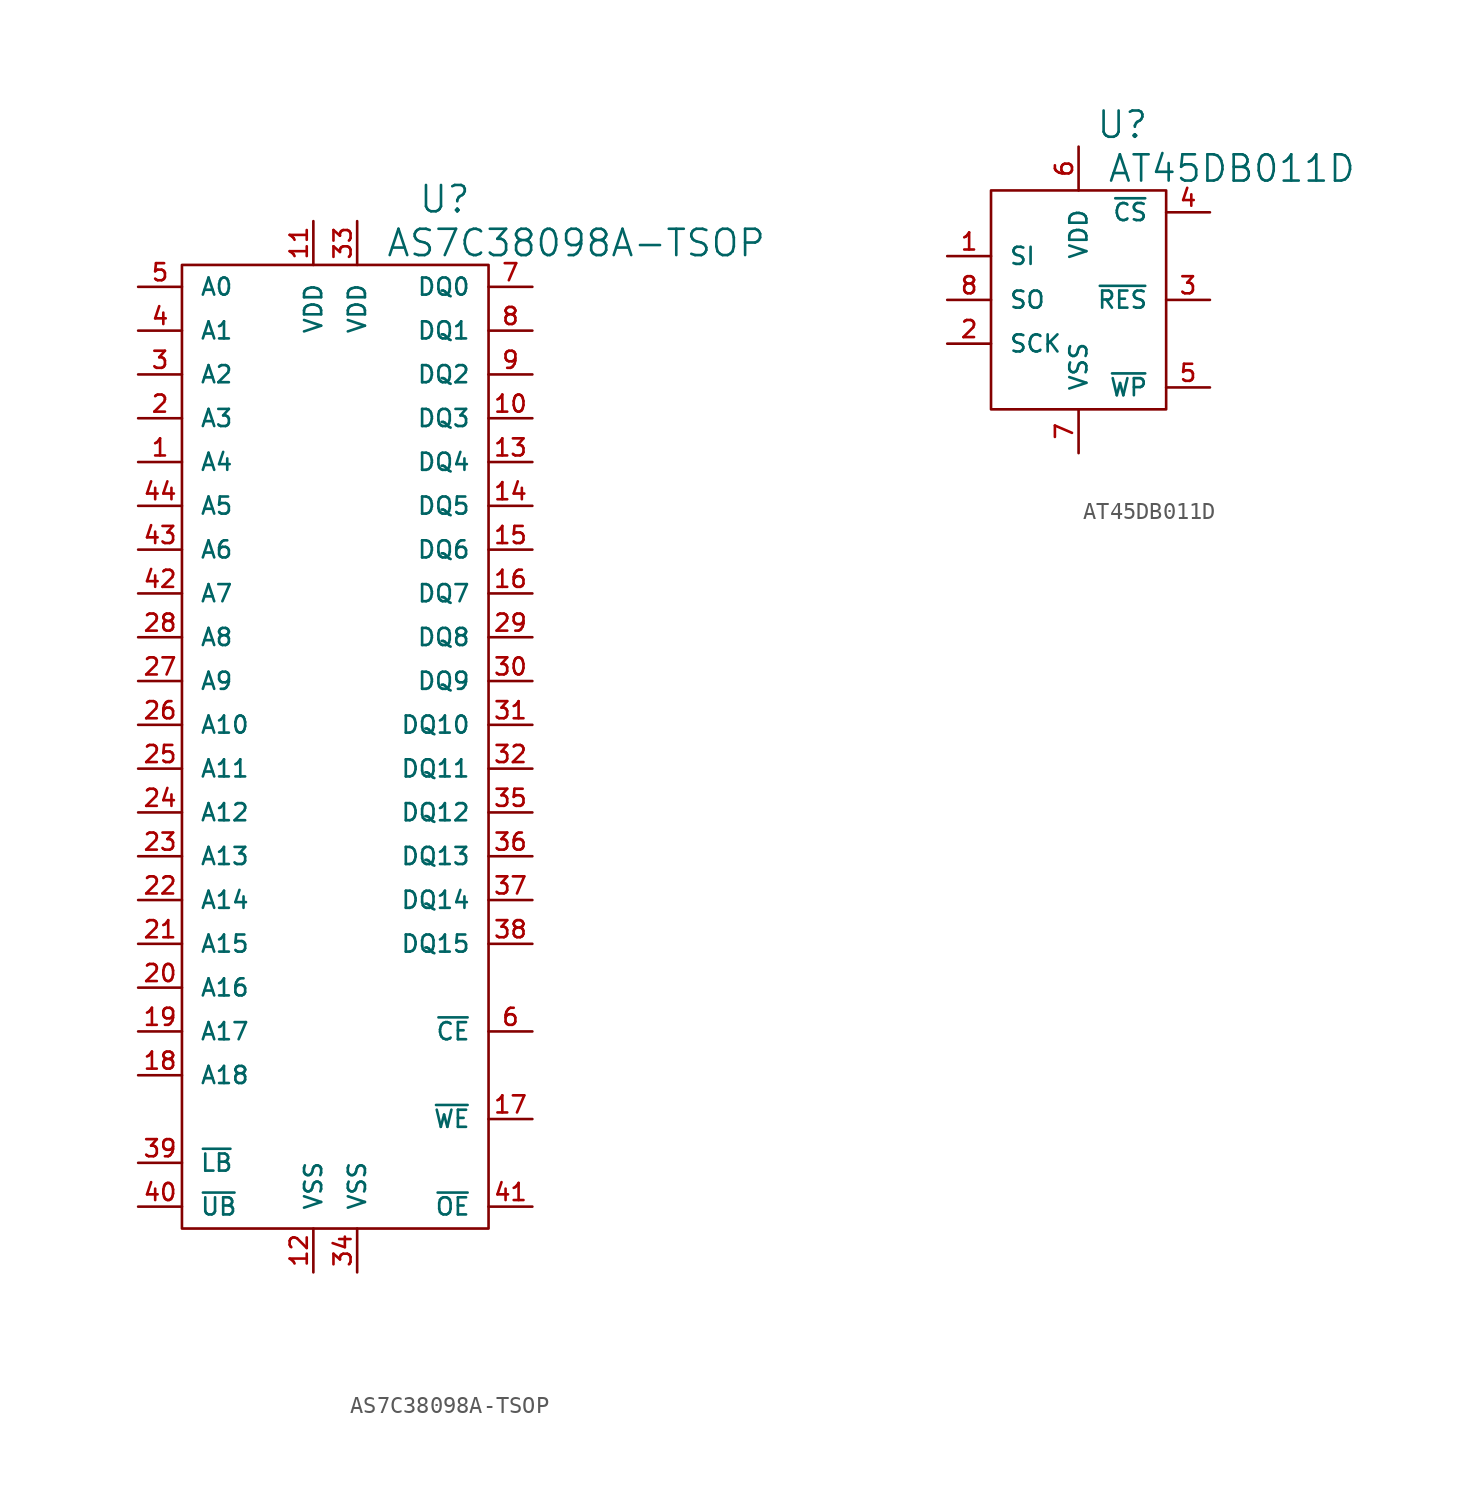
<source format=kicad_sym>
(kicad_symbol_lib
  (version 20220914)
  (generator kicad_symbol_editor)
  (symbol "AS7C38098A-TSOP"
    (pin_names
      (offset 1.016))
    (property "Reference" "U"
      (at 6.35 31.75 0)
      (effects (font (size 1.524 1.524))))
    (property "Value" "AS7C38098A-TSOP"
      (at 13.97 29.21 0)
      (effects (font (size 1.524 1.524))))
    (property "Footprint" ""
      (at -3.81 6.35 0)
      (effects (font (size 1.524 1.524))))
    (property "Datasheet" ""
      (at 0 0 0)
      (effects (font (size 1.524 1.524))))
    (symbol "AS7C38098A-TSOP_0_1"
      (rectangle (start -8.89 27.94) (end 8.89 -27.94) (stroke (width 0) (type solid)) (fill (type none))))
    (symbol "AS7C38098A-TSOP_1_1"
      (pin passive line (at -11.43 16.51 0) (length 2.54) (name "A4" (effects (font (size 0.991 0.991)))) (number "1" (effects (font (size 0.991 0.991)))))
      (pin passive line (at 11.43 19.05 180) (length 2.54) (name "DQ3" (effects (font (size 0.991 0.991)))) (number "10" (effects (font (size 0.991 0.991)))))
      (pin passive line (at -1.27 30.48 270) (length 2.54) (name "VDD" (effects (font (size 0.991 0.991)))) (number "11" (effects (font (size 0.991 0.991)))))
      (pin passive line (at -1.27 -30.48 90) (length 2.54) (name "VSS" (effects (font (size 0.991 0.991)))) (number "12" (effects (font (size 0.991 0.991)))))
      (pin passive line (at 11.43 16.51 180) (length 2.54) (name "DQ4" (effects (font (size 0.991 0.991)))) (number "13" (effects (font (size 0.991 0.991)))))
      (pin passive line (at 11.43 13.97 180) (length 2.54) (name "DQ5" (effects (font (size 0.991 0.991)))) (number "14" (effects (font (size 0.991 0.991)))))
      (pin passive line (at 11.43 11.43 180) (length 2.54) (name "DQ6" (effects (font (size 0.991 0.991)))) (number "15" (effects (font (size 0.991 0.991)))))
      (pin passive line (at 11.43 8.89 180) (length 2.54) (name "DQ7" (effects (font (size 0.991 0.991)))) (number "16" (effects (font (size 0.991 0.991)))))
      (pin passive line (at 11.43 -21.59 180) (length 2.54) (name "~{WE}" (effects (font (size 0.991 0.991)))) (number "17" (effects (font (size 0.991 0.991)))))
      (pin passive line (at -11.43 -19.05 0) (length 2.54) (name "A18" (effects (font (size 0.991 0.991)))) (number "18" (effects (font (size 0.991 0.991)))))
      (pin passive line (at -11.43 -16.51 0) (length 2.54) (name "A17" (effects (font (size 0.991 0.991)))) (number "19" (effects (font (size 0.991 0.991)))))
      (pin passive line (at -11.43 19.05 0) (length 2.54) (name "A3" (effects (font (size 0.991 0.991)))) (number "2" (effects (font (size 0.991 0.991)))))
      (pin passive line (at -11.43 -13.97 0) (length 2.54) (name "A16" (effects (font (size 0.991 0.991)))) (number "20" (effects (font (size 0.991 0.991)))))
      (pin passive line (at -11.43 -11.43 0) (length 2.54) (name "A15" (effects (font (size 0.991 0.991)))) (number "21" (effects (font (size 0.991 0.991)))))
      (pin passive line (at -11.43 -8.89 0) (length 2.54) (name "A14" (effects (font (size 0.991 0.991)))) (number "22" (effects (font (size 0.991 0.991)))))
      (pin passive line (at -11.43 -6.35 0) (length 2.54) (name "A13" (effects (font (size 0.991 0.991)))) (number "23" (effects (font (size 0.991 0.991)))))
      (pin passive line (at -11.43 -3.81 0) (length 2.54) (name "A12" (effects (font (size 0.991 0.991)))) (number "24" (effects (font (size 0.991 0.991)))))
      (pin passive line (at -11.43 -1.27 0) (length 2.54) (name "A11" (effects (font (size 0.991 0.991)))) (number "25" (effects (font (size 0.991 0.991)))))
      (pin passive line (at -11.43 1.27 0) (length 2.54) (name "A10" (effects (font (size 0.991 0.991)))) (number "26" (effects (font (size 0.991 0.991)))))
      (pin passive line (at -11.43 3.81 0) (length 2.54) (name "A9" (effects (font (size 0.991 0.991)))) (number "27" (effects (font (size 0.991 0.991)))))
      (pin passive line (at -11.43 6.35 0) (length 2.54) (name "A8" (effects (font (size 0.991 0.991)))) (number "28" (effects (font (size 0.991 0.991)))))
      (pin passive line (at 11.43 6.35 180) (length 2.54) (name "DQ8" (effects (font (size 0.991 0.991)))) (number "29" (effects (font (size 0.991 0.991)))))
      (pin passive line (at -11.43 21.59 0) (length 2.54) (name "A2" (effects (font (size 0.991 0.991)))) (number "3" (effects (font (size 0.991 0.991)))))
      (pin passive line (at 11.43 3.81 180) (length 2.54) (name "DQ9" (effects (font (size 0.991 0.991)))) (number "30" (effects (font (size 0.991 0.991)))))
      (pin passive line (at 11.43 1.27 180) (length 2.54) (name "DQ10" (effects (font (size 0.991 0.991)))) (number "31" (effects (font (size 0.991 0.991)))))
      (pin passive line (at 11.43 -1.27 180) (length 2.54) (name "DQ11" (effects (font (size 0.991 0.991)))) (number "32" (effects (font (size 0.991 0.991)))))
      (pin passive line (at 1.27 30.48 270) (length 2.54) (name "VDD" (effects (font (size 0.991 0.991)))) (number "33" (effects (font (size 0.991 0.991)))))
      (pin passive line (at 1.27 -30.48 90) (length 2.54) (name "VSS" (effects (font (size 0.991 0.991)))) (number "34" (effects (font (size 0.991 0.991)))))
      (pin passive line (at 11.43 -3.81 180) (length 2.54) (name "DQ12" (effects (font (size 0.991 0.991)))) (number "35" (effects (font (size 0.991 0.991)))))
      (pin passive line (at 11.43 -6.35 180) (length 2.54) (name "DQ13" (effects (font (size 0.991 0.991)))) (number "36" (effects (font (size 0.991 0.991)))))
      (pin passive line (at 11.43 -8.89 180) (length 2.54) (name "DQ14" (effects (font (size 0.991 0.991)))) (number "37" (effects (font (size 0.991 0.991)))))
      (pin passive line (at 11.43 -11.43 180) (length 2.54) (name "DQ15" (effects (font (size 0.991 0.991)))) (number "38" (effects (font (size 0.991 0.991)))))
      (pin passive line (at -11.43 -24.13 0) (length 2.54) (name "~{LB}" (effects (font (size 0.991 0.991)))) (number "39" (effects (font (size 0.991 0.991)))))
      (pin passive line (at -11.43 24.13 0) (length 2.54) (name "A1" (effects (font (size 0.991 0.991)))) (number "4" (effects (font (size 0.991 0.991)))))
      (pin passive line (at -11.43 -26.67 0) (length 2.54) (name "~{UB}" (effects (font (size 0.991 0.991)))) (number "40" (effects (font (size 0.991 0.991)))))
      (pin passive line (at 11.43 -26.67 180) (length 2.54) (name "~{OE}" (effects (font (size 0.991 0.991)))) (number "41" (effects (font (size 0.991 0.991)))))
      (pin passive line (at -11.43 8.89 0) (length 2.54) (name "A7" (effects (font (size 0.991 0.991)))) (number "42" (effects (font (size 0.991 0.991)))))
      (pin passive line (at -11.43 11.43 0) (length 2.54) (name "A6" (effects (font (size 0.991 0.991)))) (number "43" (effects (font (size 0.991 0.991)))))
      (pin passive line (at -11.43 13.97 0) (length 2.54) (name "A5" (effects (font (size 0.991 0.991)))) (number "44" (effects (font (size 0.991 0.991)))))
      (pin passive line (at -11.43 26.67 0) (length 2.54) (name "A0" (effects (font (size 0.991 0.991)))) (number "5" (effects (font (size 0.991 0.991)))))
      (pin passive line (at 11.43 -16.51 180) (length 2.54) (name "~{CE}" (effects (font (size 0.991 0.991)))) (number "6" (effects (font (size 0.991 0.991)))))
      (pin passive line (at 11.43 26.67 180) (length 2.54) (name "DQ0" (effects (font (size 0.991 0.991)))) (number "7" (effects (font (size 0.991 0.991)))))
      (pin passive line (at 11.43 24.13 180) (length 2.54) (name "DQ1" (effects (font (size 0.991 0.991)))) (number "8" (effects (font (size 0.991 0.991)))))
      (pin passive line (at 11.43 21.59 180) (length 2.54) (name "DQ2" (effects (font (size 0.991 0.991)))) (number "9" (effects (font (size 0.991 0.991)))))))
  (symbol "AT45DB011D"
    (pin_names
      (offset 1.016))
    (property "Reference" "U"
      (at 2.54 10.16 0)
      (effects (font (size 1.524 1.524))))
    (property "Value" "AT45DB011D"
      (at 8.89 7.62 0)
      (effects (font (size 1.524 1.524))))
    (property "Footprint" ""
      (at 0 0 0)
      (effects (font (size 1.524 1.524))))
    (property "Datasheet" ""
      (at 0 0 0)
      (effects (font (size 1.524 1.524))))
    (symbol "AT45DB011D_0_1"
      (rectangle (start -5.08 6.35) (end 5.08 -6.35) (stroke (width 0) (type solid)) (fill (type none))))
    (symbol "AT45DB011D_1_1"
      (pin passive line (at -7.62 2.54 0) (length 2.54) (name "SI" (effects (font (size 0.991 0.991)))) (number "1" (effects (font (size 0.991 0.991)))))
      (pin passive line (at -7.62 -2.54 0) (length 2.54) (name "SCK" (effects (font (size 0.991 0.991)))) (number "2" (effects (font (size 0.991 0.991)))))
      (pin passive line (at 7.62 0 180) (length 2.54) (name "~{RES}" (effects (font (size 0.991 0.991)))) (number "3" (effects (font (size 0.991 0.991)))))
      (pin passive line (at 7.62 5.08 180) (length 2.54) (name "~{CS}" (effects (font (size 0.991 0.991)))) (number "4" (effects (font (size 0.991 0.991)))))
      (pin passive line (at 7.62 -5.08 180) (length 2.54) (name "~{WP}" (effects (font (size 0.991 0.991)))) (number "5" (effects (font (size 0.991 0.991)))))
      (pin passive line (at 0 8.89 270) (length 2.54) (name "VDD" (effects (font (size 0.991 0.991)))) (number "6" (effects (font (size 0.991 0.991)))))
      (pin passive line (at 0 -8.89 90) (length 2.54) (name "VSS" (effects (font (size 0.991 0.991)))) (number "7" (effects (font (size 0.991 0.991)))))
      (pin passive line (at -7.62 0 0) (length 2.54) (name "SO" (effects (font (size 0.991 0.991)))) (number "8" (effects (font (size 0.991 0.991))))))))
</source>
